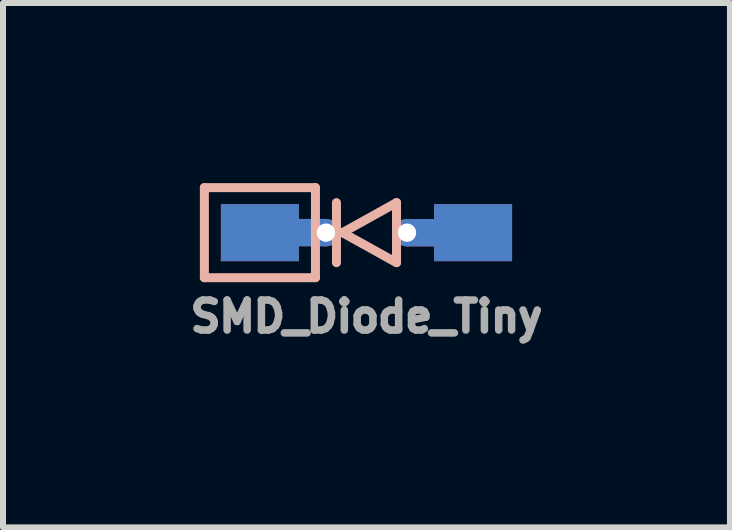
<source format=kicad_pcb>
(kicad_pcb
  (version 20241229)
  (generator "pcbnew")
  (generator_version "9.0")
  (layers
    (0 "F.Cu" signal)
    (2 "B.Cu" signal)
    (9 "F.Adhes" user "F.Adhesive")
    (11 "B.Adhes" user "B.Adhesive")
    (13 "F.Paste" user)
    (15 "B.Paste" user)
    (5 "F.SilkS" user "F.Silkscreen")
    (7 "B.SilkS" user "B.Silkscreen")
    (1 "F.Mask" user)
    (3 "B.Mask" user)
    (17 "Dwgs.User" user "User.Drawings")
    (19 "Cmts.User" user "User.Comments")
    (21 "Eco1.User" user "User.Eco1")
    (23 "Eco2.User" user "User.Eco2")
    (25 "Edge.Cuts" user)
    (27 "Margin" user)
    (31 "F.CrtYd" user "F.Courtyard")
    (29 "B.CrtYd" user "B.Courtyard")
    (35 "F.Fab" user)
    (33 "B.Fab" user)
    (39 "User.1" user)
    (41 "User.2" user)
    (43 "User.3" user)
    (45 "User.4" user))
  (footprint "SMD_Diode_Tiny"
    (layer "F.Cu")
    (at 3.054 0.825)
    (property "Reference" "SMD_Diode_Tiny" (at 0 1.397 0) (layer "F.Fab") (effects (font (size 0.5 0.5) (thickness 0.125))))
    (fp_poly (pts (xy -2.375 -0.425) (xy -1.175 -0.425) (xy -1.175 0.425) (xy -2.375 0.425)) (stroke (width 0.1) (type solid)) (fill yes) (layer "B.Mask"))
    (fp_poly (pts (xy 1.175 -0.425) (xy 2.375 -0.425) (xy 2.375 0.425) (xy 1.175 0.425)) (stroke (width 0.1) (type solid)) (fill yes) (layer "B.Mask"))
    (fp_line (start -2.7 -0.75) (end -2.7 0.75) (stroke (width 0.15) (type solid)) (layer "B.SilkS"))
    (fp_line (start -2.7 0.75) (end -0.85 0.75) (stroke (width 0.15) (type solid)) (layer "B.SilkS"))
    (fp_line (start -0.85 -0.75) (end -2.7 -0.75) (stroke (width 0.15) (type solid)) (layer "B.SilkS"))
    (fp_line (start -0.85 -0.75) (end -0.85 0.75) (stroke (width 0.15) (type solid)) (layer "B.SilkS"))
    (fp_line (start -0.5 0.5) (end -0.5 -0.5) (stroke (width 0.15) (type solid)) (layer "B.SilkS"))
    (fp_line (start -0.4 0) (end 0.5 0.5) (stroke (width 0.15) (type solid)) (layer "B.SilkS"))
    (fp_line (start 0.5 -0.5) (end -0.4 0) (stroke (width 0.15) (type solid)) (layer "B.SilkS"))
    (fp_line (start 0.5 0.5) (end 0.5 -0.5) (stroke (width 0.15) (type solid)) (layer "B.SilkS"))
    (pad "1" smd custom (at -1.775 0) (size 1.3 0.95) (layers "F.Cu") (options (anchor rect)) (primitives (gr_poly (pts (xy 1.094 0.177) (xy 0.521 0.177) (xy 0.521 -0.178) (xy 1.094 -0.178)) (width 0.1) (fill yes))))
    (pad "1" smd custom (at -1.775 0) (size 1.3 0.95) (layers "B.Cu") (options (anchor rect)) (primitives (gr_poly (pts (xy 1.094 0.177) (xy 0.521 0.177) (xy 0.521 -0.179) (xy 1.094 -0.179)) (width 0.1) (fill yes))))
    (pad "1" thru_hole circle (at -0.675 0 270) (size 0.457 0.457) (drill 0.305) (layers "*.Cu"))
    (pad "2" thru_hole circle (at 0.675 0.0004 90) (size 0.457 0.457) (drill 0.305) (layers "*.Cu"))
    (pad "2" smd custom (at 1.775 0) (size 1.3 0.95) (layers "F.Cu") (options (anchor rect)) (primitives (gr_poly (pts (xy -0.521 0.179) (xy -1.094 0.179) (xy -1.094 -0.177) (xy -0.521 -0.177)) (width 0.1) (fill yes))))
    (pad "2" smd custom (at 1.775 0) (size 1.3 0.95) (layers "B.Cu") (options (anchor rect)) (primitives (gr_poly (pts (xy -0.521 0.179) (xy -1.094 0.179) (xy -1.094 -0.177) (xy -0.521 -0.177)) (width 0.1) (fill yes)))))
  (gr_rect
    (start -3 -3)
    (end 9.108 5.734)
    (stroke (width 0.1) (type default))
    (fill no)
    (layer "Edge.Cuts")))
</source>
